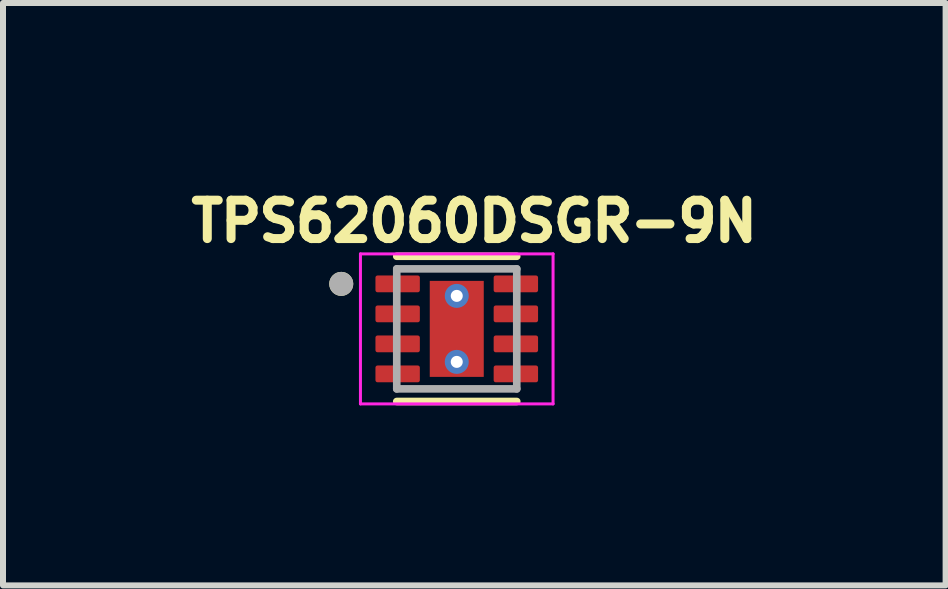
<source format=kicad_pcb>
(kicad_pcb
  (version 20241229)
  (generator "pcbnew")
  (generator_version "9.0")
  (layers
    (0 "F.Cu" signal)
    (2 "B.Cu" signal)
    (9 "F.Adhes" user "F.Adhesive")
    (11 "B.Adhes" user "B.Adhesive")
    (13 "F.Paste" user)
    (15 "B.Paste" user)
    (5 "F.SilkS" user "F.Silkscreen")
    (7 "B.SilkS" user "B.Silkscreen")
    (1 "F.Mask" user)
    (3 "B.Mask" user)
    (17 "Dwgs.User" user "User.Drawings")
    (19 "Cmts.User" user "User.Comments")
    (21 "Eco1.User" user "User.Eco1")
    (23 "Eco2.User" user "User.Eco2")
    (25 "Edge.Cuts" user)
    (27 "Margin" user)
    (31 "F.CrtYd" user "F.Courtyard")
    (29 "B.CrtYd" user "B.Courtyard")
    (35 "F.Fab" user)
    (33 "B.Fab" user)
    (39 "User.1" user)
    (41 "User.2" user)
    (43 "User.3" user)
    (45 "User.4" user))
  (footprint "TPS62060DSGR-9N"
    (layer "F.Cu")
    (at 4.562 2.431)
    (property "Reference" "TPS62060DSGR-9N" (at 0.292 -1.793 0) (layer "F.SilkS") (effects (font (size 0.64 0.64) (thickness 0.15))))
    (attr smd)
    (fp_line (start -1 -1.21) (end 1 -1.21) (stroke (width 0.127) (type solid)) (layer "F.SilkS"))
    (fp_line (start -1 1.21) (end 1 1.21) (stroke (width 0.127) (type solid)) (layer "F.SilkS"))
    (fp_circle (center -1.925 -0.75) (end -1.825 -0.75) (stroke (width 0.2) (type solid)) (fill no) (layer "F.SilkS"))
    (fp_poly (pts (xy -0.28 -0.51) (xy 0.28 -0.51) (xy 0.28 0.51) (xy -0.28 0.51)) (stroke (width 0.01) (type solid)) (fill yes) (layer "F.Paste"))
    (fp_line (start -1.605 -1.25) (end -1.605 1.25) (stroke (width 0.05) (type solid)) (layer "F.CrtYd"))
    (fp_line (start -1.605 -1.25) (end 1.605 -1.25) (stroke (width 0.05) (type solid)) (layer "F.CrtYd"))
    (fp_line (start -1.605 1.25) (end 1.605 1.25) (stroke (width 0.05) (type solid)) (layer "F.CrtYd"))
    (fp_line (start 1.605 -1.25) (end 1.605 1.25) (stroke (width 0.05) (type solid)) (layer "F.CrtYd"))
    (fp_line (start -1 -1) (end -1 1) (stroke (width 0.127) (type solid)) (layer "F.Fab"))
    (fp_line (start -1 -1) (end 1 -1) (stroke (width 0.127) (type solid)) (layer "F.Fab"))
    (fp_line (start -1 1) (end 1 1) (stroke (width 0.127) (type solid)) (layer "F.Fab"))
    (fp_line (start 1 -1) (end 1 1) (stroke (width 0.127) (type solid)) (layer "F.Fab"))
    (fp_circle (center -1.925 -0.75) (end -1.825 -0.75) (stroke (width 0.2) (type solid)) (fill no) (layer "F.Fab"))
    (pad "1" smd roundrect (at -0.985 -0.75) (size 0.74 0.28) (layers "F.Cu" "F.Mask" "F.Paste") (roundrect_rratio 0.125))
    (pad "2" smd roundrect (at -0.985 -0.25) (size 0.74 0.28) (layers "F.Cu" "F.Mask" "F.Paste") (roundrect_rratio 0.125))
    (pad "3" smd roundrect (at -0.985 0.25) (size 0.74 0.28) (layers "F.Cu" "F.Mask" "F.Paste") (roundrect_rratio 0.125))
    (pad "4" smd roundrect (at -0.985 0.75) (size 0.74 0.28) (layers "F.Cu" "F.Mask" "F.Paste") (roundrect_rratio 0.125))
    (pad "5" smd roundrect (at 0.985 0.75) (size 0.74 0.28) (layers "F.Cu" "F.Mask" "F.Paste") (roundrect_rratio 0.125))
    (pad "6" smd roundrect (at 0.985 0.25) (size 0.74 0.28) (layers "F.Cu" "F.Mask" "F.Paste") (roundrect_rratio 0.125))
    (pad "7" smd roundrect (at 0.985 -0.25) (size 0.74 0.28) (layers "F.Cu" "F.Mask" "F.Paste") (roundrect_rratio 0.125))
    (pad "8" smd roundrect (at 0.985 -0.75) (size 0.74 0.28) (layers "F.Cu" "F.Mask" "F.Paste") (roundrect_rratio 0.125))
    (pad "9" smd rect (at 0 0) (size 0.9 1.6) (layers "F.Cu" "F.Mask"))
    (pad "9_1" thru_hole circle (at 0 -0.55) (size 0.4 0.4) (drill 0.2) (layers "*.Cu"))
    (pad "9_2" thru_hole circle (at 0 0.55) (size 0.4 0.4) (drill 0.2) (layers "*.Cu")))
  (gr_rect
    (start -3 -3)
    (end 12.709 6.706)
    (stroke (width 0.1) (type default))
    (fill no)
    (layer "Edge.Cuts")))
</source>
